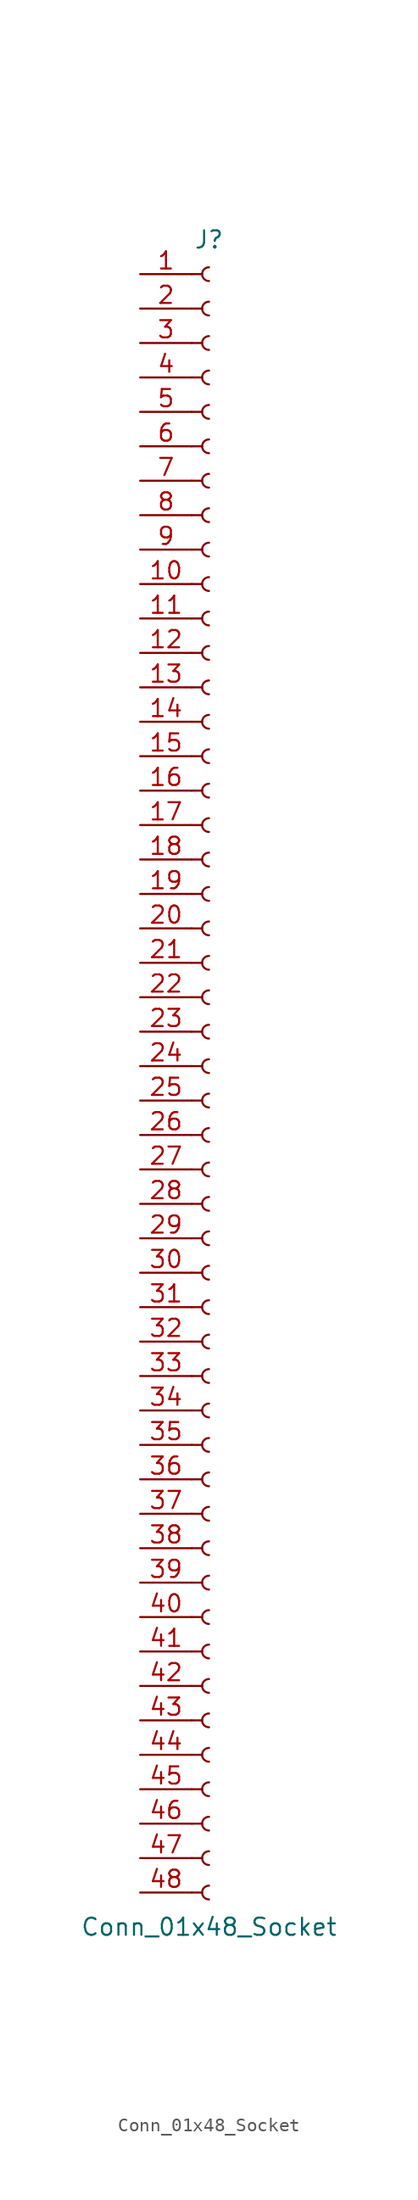
<source format=kicad_sym>
(kicad_symbol_lib
  (version 20220914)
  (generator kicad_symbol_editor)
  (symbol "Conn_01x48_Socket"
    (pin_names
      (offset 1.016) hide)
    (property "Reference" "J"
      (at 0 60.96 0)
      (effects (font (size 1.27 1.27))))
    (property "Value" "Conn_01x48_Socket"
      (at 0 -63.5 0)
      (effects (font (size 1.27 1.27))))
    (property "ki_locked" ""
      (at 0 0 0)
      (effects (font (size 1.27 1.27))))
    (symbol "Conn_01x48_Socket_1_1"
      (arc (start 0 -60.452) (mid -0.5058 -60.96) (end 0 -61.468) (stroke (width 0.1524) (type default)) (fill (type none)))
      (arc (start 0 -57.912) (mid -0.5058 -58.42) (end 0 -58.928) (stroke (width 0.1524) (type default)) (fill (type none)))
      (arc (start 0 -55.372) (mid -0.5058 -55.88) (end 0 -56.388) (stroke (width 0.1524) (type default)) (fill (type none)))
      (arc (start 0 -52.832) (mid -0.5058 -53.34) (end 0 -53.848) (stroke (width 0.1524) (type default)) (fill (type none)))
      (arc (start 0 -50.292) (mid -0.5058 -50.8) (end 0 -51.308) (stroke (width 0.1524) (type default)) (fill (type none)))
      (arc (start 0 -47.752) (mid -0.5058 -48.26) (end 0 -48.768) (stroke (width 0.1524) (type default)) (fill (type none)))
      (arc (start 0 -45.212) (mid -0.5058 -45.72) (end 0 -46.228) (stroke (width 0.1524) (type default)) (fill (type none)))
      (arc (start 0 -42.672) (mid -0.5058 -43.18) (end 0 -43.688) (stroke (width 0.1524) (type default)) (fill (type none)))
      (arc (start 0 -40.132) (mid -0.5058 -40.64) (end 0 -41.148) (stroke (width 0.1524) (type default)) (fill (type none)))
      (arc (start 0 -37.592) (mid -0.5058 -38.1) (end 0 -38.608) (stroke (width 0.1524) (type default)) (fill (type none)))
      (arc (start 0 -35.052) (mid -0.5058 -35.56) (end 0 -36.068) (stroke (width 0.1524) (type default)) (fill (type none)))
      (arc (start 0 -32.512) (mid -0.5058 -33.02) (end 0 -33.528) (stroke (width 0.1524) (type default)) (fill (type none)))
      (arc (start 0 -29.972) (mid -0.5058 -30.48) (end 0 -30.988) (stroke (width 0.1524) (type default)) (fill (type none)))
      (arc (start 0 -27.432) (mid -0.5058 -27.94) (end 0 -28.448) (stroke (width 0.1524) (type default)) (fill (type none)))
      (arc (start 0 -24.892) (mid -0.5058 -25.4) (end 0 -25.908) (stroke (width 0.1524) (type default)) (fill (type none)))
      (arc (start 0 -22.352) (mid -0.5058 -22.86) (end 0 -23.368) (stroke (width 0.1524) (type default)) (fill (type none)))
      (arc (start 0 -19.812) (mid -0.5058 -20.32) (end 0 -20.828) (stroke (width 0.1524) (type default)) (fill (type none)))
      (arc (start 0 -17.272) (mid -0.5058 -17.78) (end 0 -18.288) (stroke (width 0.1524) (type default)) (fill (type none)))
      (arc (start 0 -14.732) (mid -0.5058 -15.24) (end 0 -15.748) (stroke (width 0.1524) (type default)) (fill (type none)))
      (arc (start 0 -12.192) (mid -0.5058 -12.7) (end 0 -13.208) (stroke (width 0.1524) (type default)) (fill (type none)))
      (arc (start 0 -9.652) (mid -0.5058 -10.16) (end 0 -10.668) (stroke (width 0.1524) (type default)) (fill (type none)))
      (arc (start 0 -7.112) (mid -0.5058 -7.62) (end 0 -8.128) (stroke (width 0.1524) (type default)) (fill (type none)))
      (arc (start 0 -4.572) (mid -0.5058 -5.08) (end 0 -5.588) (stroke (width 0.1524) (type default)) (fill (type none)))
      (arc (start 0 -2.032) (mid -0.5058 -2.54) (end 0 -3.048) (stroke (width 0.1524) (type default)) (fill (type none)))
      (polyline (pts (xy -1.27 -60.96) (xy -0.508 -60.96)) (stroke (width 0.152) (type default)) (fill (type none)))
      (polyline (pts (xy -1.27 -58.42) (xy -0.508 -58.42)) (stroke (width 0.152) (type default)) (fill (type none)))
      (polyline (pts (xy -1.27 -55.88) (xy -0.508 -55.88)) (stroke (width 0.152) (type default)) (fill (type none)))
      (polyline (pts (xy -1.27 -53.34) (xy -0.508 -53.34)) (stroke (width 0.152) (type default)) (fill (type none)))
      (polyline (pts (xy -1.27 -50.8) (xy -0.508 -50.8)) (stroke (width 0.152) (type default)) (fill (type none)))
      (polyline (pts (xy -1.27 -48.26) (xy -0.508 -48.26)) (stroke (width 0.152) (type default)) (fill (type none)))
      (polyline (pts (xy -1.27 -45.72) (xy -0.508 -45.72)) (stroke (width 0.152) (type default)) (fill (type none)))
      (polyline (pts (xy -1.27 -43.18) (xy -0.508 -43.18)) (stroke (width 0.152) (type default)) (fill (type none)))
      (polyline (pts (xy -1.27 -40.64) (xy -0.508 -40.64)) (stroke (width 0.152) (type default)) (fill (type none)))
      (polyline (pts (xy -1.27 -38.1) (xy -0.508 -38.1)) (stroke (width 0.152) (type default)) (fill (type none)))
      (polyline (pts (xy -1.27 -35.56) (xy -0.508 -35.56)) (stroke (width 0.152) (type default)) (fill (type none)))
      (polyline (pts (xy -1.27 -33.02) (xy -0.508 -33.02)) (stroke (width 0.152) (type default)) (fill (type none)))
      (polyline (pts (xy -1.27 -30.48) (xy -0.508 -30.48)) (stroke (width 0.152) (type default)) (fill (type none)))
      (polyline (pts (xy -1.27 -27.94) (xy -0.508 -27.94)) (stroke (width 0.152) (type default)) (fill (type none)))
      (polyline (pts (xy -1.27 -25.4) (xy -0.508 -25.4)) (stroke (width 0.152) (type default)) (fill (type none)))
      (polyline (pts (xy -1.27 -22.86) (xy -0.508 -22.86)) (stroke (width 0.152) (type default)) (fill (type none)))
      (polyline (pts (xy -1.27 -20.32) (xy -0.508 -20.32)) (stroke (width 0.152) (type default)) (fill (type none)))
      (polyline (pts (xy -1.27 -17.78) (xy -0.508 -17.78)) (stroke (width 0.152) (type default)) (fill (type none)))
      (polyline (pts (xy -1.27 -15.24) (xy -0.508 -15.24)) (stroke (width 0.152) (type default)) (fill (type none)))
      (polyline (pts (xy -1.27 -12.7) (xy -0.508 -12.7)) (stroke (width 0.152) (type default)) (fill (type none)))
      (polyline (pts (xy -1.27 -10.16) (xy -0.508 -10.16)) (stroke (width 0.152) (type default)) (fill (type none)))
      (polyline (pts (xy -1.27 -7.62) (xy -0.508 -7.62)) (stroke (width 0.152) (type default)) (fill (type none)))
      (polyline (pts (xy -1.27 -5.08) (xy -0.508 -5.08)) (stroke (width 0.152) (type default)) (fill (type none)))
      (polyline (pts (xy -1.27 -2.54) (xy -0.508 -2.54)) (stroke (width 0.152) (type default)) (fill (type none)))
      (polyline (pts (xy -1.27 0) (xy -0.508 0)) (stroke (width 0.152) (type default)) (fill (type none)))
      (polyline (pts (xy -1.27 2.54) (xy -0.508 2.54)) (stroke (width 0.152) (type default)) (fill (type none)))
      (polyline (pts (xy -1.27 5.08) (xy -0.508 5.08)) (stroke (width 0.152) (type default)) (fill (type none)))
      (polyline (pts (xy -1.27 7.62) (xy -0.508 7.62)) (stroke (width 0.152) (type default)) (fill (type none)))
      (polyline (pts (xy -1.27 10.16) (xy -0.508 10.16)) (stroke (width 0.152) (type default)) (fill (type none)))
      (polyline (pts (xy -1.27 12.7) (xy -0.508 12.7)) (stroke (width 0.152) (type default)) (fill (type none)))
      (polyline (pts (xy -1.27 15.24) (xy -0.508 15.24)) (stroke (width 0.152) (type default)) (fill (type none)))
      (polyline (pts (xy -1.27 17.78) (xy -0.508 17.78)) (stroke (width 0.152) (type default)) (fill (type none)))
      (polyline (pts (xy -1.27 20.32) (xy -0.508 20.32)) (stroke (width 0.152) (type default)) (fill (type none)))
      (polyline (pts (xy -1.27 22.86) (xy -0.508 22.86)) (stroke (width 0.152) (type default)) (fill (type none)))
      (polyline (pts (xy -1.27 25.4) (xy -0.508 25.4)) (stroke (width 0.152) (type default)) (fill (type none)))
      (polyline (pts (xy -1.27 27.94) (xy -0.508 27.94)) (stroke (width 0.152) (type default)) (fill (type none)))
      (polyline (pts (xy -1.27 30.48) (xy -0.508 30.48)) (stroke (width 0.152) (type default)) (fill (type none)))
      (polyline (pts (xy -1.27 33.02) (xy -0.508 33.02)) (stroke (width 0.152) (type default)) (fill (type none)))
      (polyline (pts (xy -1.27 35.56) (xy -0.508 35.56)) (stroke (width 0.152) (type default)) (fill (type none)))
      (polyline (pts (xy -1.27 38.1) (xy -0.508 38.1)) (stroke (width 0.152) (type default)) (fill (type none)))
      (polyline (pts (xy -1.27 40.64) (xy -0.508 40.64)) (stroke (width 0.152) (type default)) (fill (type none)))
      (polyline (pts (xy -1.27 43.18) (xy -0.508 43.18)) (stroke (width 0.152) (type default)) (fill (type none)))
      (polyline (pts (xy -1.27 45.72) (xy -0.508 45.72)) (stroke (width 0.152) (type default)) (fill (type none)))
      (polyline (pts (xy -1.27 48.26) (xy -0.508 48.26)) (stroke (width 0.152) (type default)) (fill (type none)))
      (polyline (pts (xy -1.27 50.8) (xy -0.508 50.8)) (stroke (width 0.152) (type default)) (fill (type none)))
      (polyline (pts (xy -1.27 53.34) (xy -0.508 53.34)) (stroke (width 0.152) (type default)) (fill (type none)))
      (polyline (pts (xy -1.27 55.88) (xy -0.508 55.88)) (stroke (width 0.152) (type default)) (fill (type none)))
      (polyline (pts (xy -1.27 58.42) (xy -0.508 58.42)) (stroke (width 0.152) (type default)) (fill (type none)))
      (arc (start 0 0.508) (mid -0.5058 0) (end 0 -0.508) (stroke (width 0.1524) (type default)) (fill (type none)))
      (arc (start 0 3.048) (mid -0.5058 2.54) (end 0 2.032) (stroke (width 0.1524) (type default)) (fill (type none)))
      (arc (start 0 5.588) (mid -0.5058 5.08) (end 0 4.572) (stroke (width 0.1524) (type default)) (fill (type none)))
      (arc (start 0 8.128) (mid -0.5058 7.62) (end 0 7.112) (stroke (width 0.1524) (type default)) (fill (type none)))
      (arc (start 0 10.668) (mid -0.5058 10.16) (end 0 9.652) (stroke (width 0.1524) (type default)) (fill (type none)))
      (arc (start 0 13.208) (mid -0.5058 12.7) (end 0 12.192) (stroke (width 0.1524) (type default)) (fill (type none)))
      (arc (start 0 15.748) (mid -0.5058 15.24) (end 0 14.732) (stroke (width 0.1524) (type default)) (fill (type none)))
      (arc (start 0 18.288) (mid -0.5058 17.78) (end 0 17.272) (stroke (width 0.1524) (type default)) (fill (type none)))
      (arc (start 0 20.828) (mid -0.5058 20.32) (end 0 19.812) (stroke (width 0.1524) (type default)) (fill (type none)))
      (arc (start 0 23.368) (mid -0.5058 22.86) (end 0 22.352) (stroke (width 0.1524) (type default)) (fill (type none)))
      (arc (start 0 25.908) (mid -0.5058 25.4) (end 0 24.892) (stroke (width 0.1524) (type default)) (fill (type none)))
      (arc (start 0 28.448) (mid -0.5058 27.94) (end 0 27.432) (stroke (width 0.1524) (type default)) (fill (type none)))
      (arc (start 0 30.988) (mid -0.5058 30.48) (end 0 29.972) (stroke (width 0.1524) (type default)) (fill (type none)))
      (arc (start 0 33.528) (mid -0.5058 33.02) (end 0 32.512) (stroke (width 0.1524) (type default)) (fill (type none)))
      (arc (start 0 36.068) (mid -0.5058 35.56) (end 0 35.052) (stroke (width 0.1524) (type default)) (fill (type none)))
      (arc (start 0 38.608) (mid -0.5058 38.1) (end 0 37.592) (stroke (width 0.1524) (type default)) (fill (type none)))
      (arc (start 0 41.148) (mid -0.5058 40.64) (end 0 40.132) (stroke (width 0.1524) (type default)) (fill (type none)))
      (arc (start 0 43.688) (mid -0.5058 43.18) (end 0 42.672) (stroke (width 0.1524) (type default)) (fill (type none)))
      (arc (start 0 46.228) (mid -0.5058 45.72) (end 0 45.212) (stroke (width 0.1524) (type default)) (fill (type none)))
      (arc (start 0 48.768) (mid -0.5058 48.26) (end 0 47.752) (stroke (width 0.1524) (type default)) (fill (type none)))
      (arc (start 0 51.308) (mid -0.5058 50.8) (end 0 50.292) (stroke (width 0.1524) (type default)) (fill (type none)))
      (arc (start 0 53.848) (mid -0.5058 53.34) (end 0 52.832) (stroke (width 0.1524) (type default)) (fill (type none)))
      (arc (start 0 56.388) (mid -0.5058 55.88) (end 0 55.372) (stroke (width 0.1524) (type default)) (fill (type none)))
      (arc (start 0 58.928) (mid -0.5058 58.42) (end 0 57.912) (stroke (width 0.1524) (type default)) (fill (type none)))
      (pin passive line (at -5.08 58.42 0) (length 3.81) (name "Pin_1" (effects (font (size 1.27 1.27)))) (number "1" (effects (font (size 1.27 1.27)))))
      (pin passive line (at -5.08 35.56 0) (length 3.81) (name "Pin_10" (effects (font (size 1.27 1.27)))) (number "10" (effects (font (size 1.27 1.27)))))
      (pin passive line (at -5.08 33.02 0) (length 3.81) (name "Pin_11" (effects (font (size 1.27 1.27)))) (number "11" (effects (font (size 1.27 1.27)))))
      (pin passive line (at -5.08 30.48 0) (length 3.81) (name "Pin_12" (effects (font (size 1.27 1.27)))) (number "12" (effects (font (size 1.27 1.27)))))
      (pin passive line (at -5.08 27.94 0) (length 3.81) (name "Pin_13" (effects (font (size 1.27 1.27)))) (number "13" (effects (font (size 1.27 1.27)))))
      (pin passive line (at -5.08 25.4 0) (length 3.81) (name "Pin_14" (effects (font (size 1.27 1.27)))) (number "14" (effects (font (size 1.27 1.27)))))
      (pin passive line (at -5.08 22.86 0) (length 3.81) (name "Pin_15" (effects (font (size 1.27 1.27)))) (number "15" (effects (font (size 1.27 1.27)))))
      (pin passive line (at -5.08 20.32 0) (length 3.81) (name "Pin_16" (effects (font (size 1.27 1.27)))) (number "16" (effects (font (size 1.27 1.27)))))
      (pin passive line (at -5.08 17.78 0) (length 3.81) (name "Pin_17" (effects (font (size 1.27 1.27)))) (number "17" (effects (font (size 1.27 1.27)))))
      (pin passive line (at -5.08 15.24 0) (length 3.81) (name "Pin_18" (effects (font (size 1.27 1.27)))) (number "18" (effects (font (size 1.27 1.27)))))
      (pin passive line (at -5.08 12.7 0) (length 3.81) (name "Pin_19" (effects (font (size 1.27 1.27)))) (number "19" (effects (font (size 1.27 1.27)))))
      (pin passive line (at -5.08 55.88 0) (length 3.81) (name "Pin_2" (effects (font (size 1.27 1.27)))) (number "2" (effects (font (size 1.27 1.27)))))
      (pin passive line (at -5.08 10.16 0) (length 3.81) (name "Pin_20" (effects (font (size 1.27 1.27)))) (number "20" (effects (font (size 1.27 1.27)))))
      (pin passive line (at -5.08 7.62 0) (length 3.81) (name "Pin_21" (effects (font (size 1.27 1.27)))) (number "21" (effects (font (size 1.27 1.27)))))
      (pin passive line (at -5.08 5.08 0) (length 3.81) (name "Pin_22" (effects (font (size 1.27 1.27)))) (number "22" (effects (font (size 1.27 1.27)))))
      (pin passive line (at -5.08 2.54 0) (length 3.81) (name "Pin_23" (effects (font (size 1.27 1.27)))) (number "23" (effects (font (size 1.27 1.27)))))
      (pin passive line (at -5.08 0 0) (length 3.81) (name "Pin_24" (effects (font (size 1.27 1.27)))) (number "24" (effects (font (size 1.27 1.27)))))
      (pin passive line (at -5.08 -2.54 0) (length 3.81) (name "Pin_25" (effects (font (size 1.27 1.27)))) (number "25" (effects (font (size 1.27 1.27)))))
      (pin passive line (at -5.08 -5.08 0) (length 3.81) (name "Pin_26" (effects (font (size 1.27 1.27)))) (number "26" (effects (font (size 1.27 1.27)))))
      (pin passive line (at -5.08 -7.62 0) (length 3.81) (name "Pin_27" (effects (font (size 1.27 1.27)))) (number "27" (effects (font (size 1.27 1.27)))))
      (pin passive line (at -5.08 -10.16 0) (length 3.81) (name "Pin_28" (effects (font (size 1.27 1.27)))) (number "28" (effects (font (size 1.27 1.27)))))
      (pin passive line (at -5.08 -12.7 0) (length 3.81) (name "Pin_29" (effects (font (size 1.27 1.27)))) (number "29" (effects (font (size 1.27 1.27)))))
      (pin passive line (at -5.08 53.34 0) (length 3.81) (name "Pin_3" (effects (font (size 1.27 1.27)))) (number "3" (effects (font (size 1.27 1.27)))))
      (pin passive line (at -5.08 -15.24 0) (length 3.81) (name "Pin_30" (effects (font (size 1.27 1.27)))) (number "30" (effects (font (size 1.27 1.27)))))
      (pin passive line (at -5.08 -17.78 0) (length 3.81) (name "Pin_31" (effects (font (size 1.27 1.27)))) (number "31" (effects (font (size 1.27 1.27)))))
      (pin passive line (at -5.08 -20.32 0) (length 3.81) (name "Pin_32" (effects (font (size 1.27 1.27)))) (number "32" (effects (font (size 1.27 1.27)))))
      (pin passive line (at -5.08 -22.86 0) (length 3.81) (name "Pin_33" (effects (font (size 1.27 1.27)))) (number "33" (effects (font (size 1.27 1.27)))))
      (pin passive line (at -5.08 -25.4 0) (length 3.81) (name "Pin_34" (effects (font (size 1.27 1.27)))) (number "34" (effects (font (size 1.27 1.27)))))
      (pin passive line (at -5.08 -27.94 0) (length 3.81) (name "Pin_35" (effects (font (size 1.27 1.27)))) (number "35" (effects (font (size 1.27 1.27)))))
      (pin passive line (at -5.08 -30.48 0) (length 3.81) (name "Pin_36" (effects (font (size 1.27 1.27)))) (number "36" (effects (font (size 1.27 1.27)))))
      (pin passive line (at -5.08 -33.02 0) (length 3.81) (name "Pin_37" (effects (font (size 1.27 1.27)))) (number "37" (effects (font (size 1.27 1.27)))))
      (pin passive line (at -5.08 -35.56 0) (length 3.81) (name "Pin_38" (effects (font (size 1.27 1.27)))) (number "38" (effects (font (size 1.27 1.27)))))
      (pin passive line (at -5.08 -38.1 0) (length 3.81) (name "Pin_39" (effects (font (size 1.27 1.27)))) (number "39" (effects (font (size 1.27 1.27)))))
      (pin passive line (at -5.08 50.8 0) (length 3.81) (name "Pin_4" (effects (font (size 1.27 1.27)))) (number "4" (effects (font (size 1.27 1.27)))))
      (pin passive line (at -5.08 -40.64 0) (length 3.81) (name "Pin_40" (effects (font (size 1.27 1.27)))) (number "40" (effects (font (size 1.27 1.27)))))
      (pin passive line (at -5.08 -43.18 0) (length 3.81) (name "Pin_41" (effects (font (size 1.27 1.27)))) (number "41" (effects (font (size 1.27 1.27)))))
      (pin passive line (at -5.08 -45.72 0) (length 3.81) (name "Pin_42" (effects (font (size 1.27 1.27)))) (number "42" (effects (font (size 1.27 1.27)))))
      (pin passive line (at -5.08 -48.26 0) (length 3.81) (name "Pin_43" (effects (font (size 1.27 1.27)))) (number "43" (effects (font (size 1.27 1.27)))))
      (pin passive line (at -5.08 -50.8 0) (length 3.81) (name "Pin_44" (effects (font (size 1.27 1.27)))) (number "44" (effects (font (size 1.27 1.27)))))
      (pin passive line (at -5.08 -53.34 0) (length 3.81) (name "Pin_45" (effects (font (size 1.27 1.27)))) (number "45" (effects (font (size 1.27 1.27)))))
      (pin passive line (at -5.08 -55.88 0) (length 3.81) (name "Pin_46" (effects (font (size 1.27 1.27)))) (number "46" (effects (font (size 1.27 1.27)))))
      (pin passive line (at -5.08 -58.42 0) (length 3.81) (name "Pin_47" (effects (font (size 1.27 1.27)))) (number "47" (effects (font (size 1.27 1.27)))))
      (pin passive line (at -5.08 -60.96 0) (length 3.81) (name "Pin_48" (effects (font (size 1.27 1.27)))) (number "48" (effects (font (size 1.27 1.27)))))
      (pin passive line (at -5.08 48.26 0) (length 3.81) (name "Pin_5" (effects (font (size 1.27 1.27)))) (number "5" (effects (font (size 1.27 1.27)))))
      (pin passive line (at -5.08 45.72 0) (length 3.81) (name "Pin_6" (effects (font (size 1.27 1.27)))) (number "6" (effects (font (size 1.27 1.27)))))
      (pin passive line (at -5.08 43.18 0) (length 3.81) (name "Pin_7" (effects (font (size 1.27 1.27)))) (number "7" (effects (font (size 1.27 1.27)))))
      (pin passive line (at -5.08 40.64 0) (length 3.81) (name "Pin_8" (effects (font (size 1.27 1.27)))) (number "8" (effects (font (size 1.27 1.27)))))
      (pin passive line (at -5.08 38.1 0) (length 3.81) (name "Pin_9" (effects (font (size 1.27 1.27)))) (number "9" (effects (font (size 1.27 1.27))))))))
</source>
